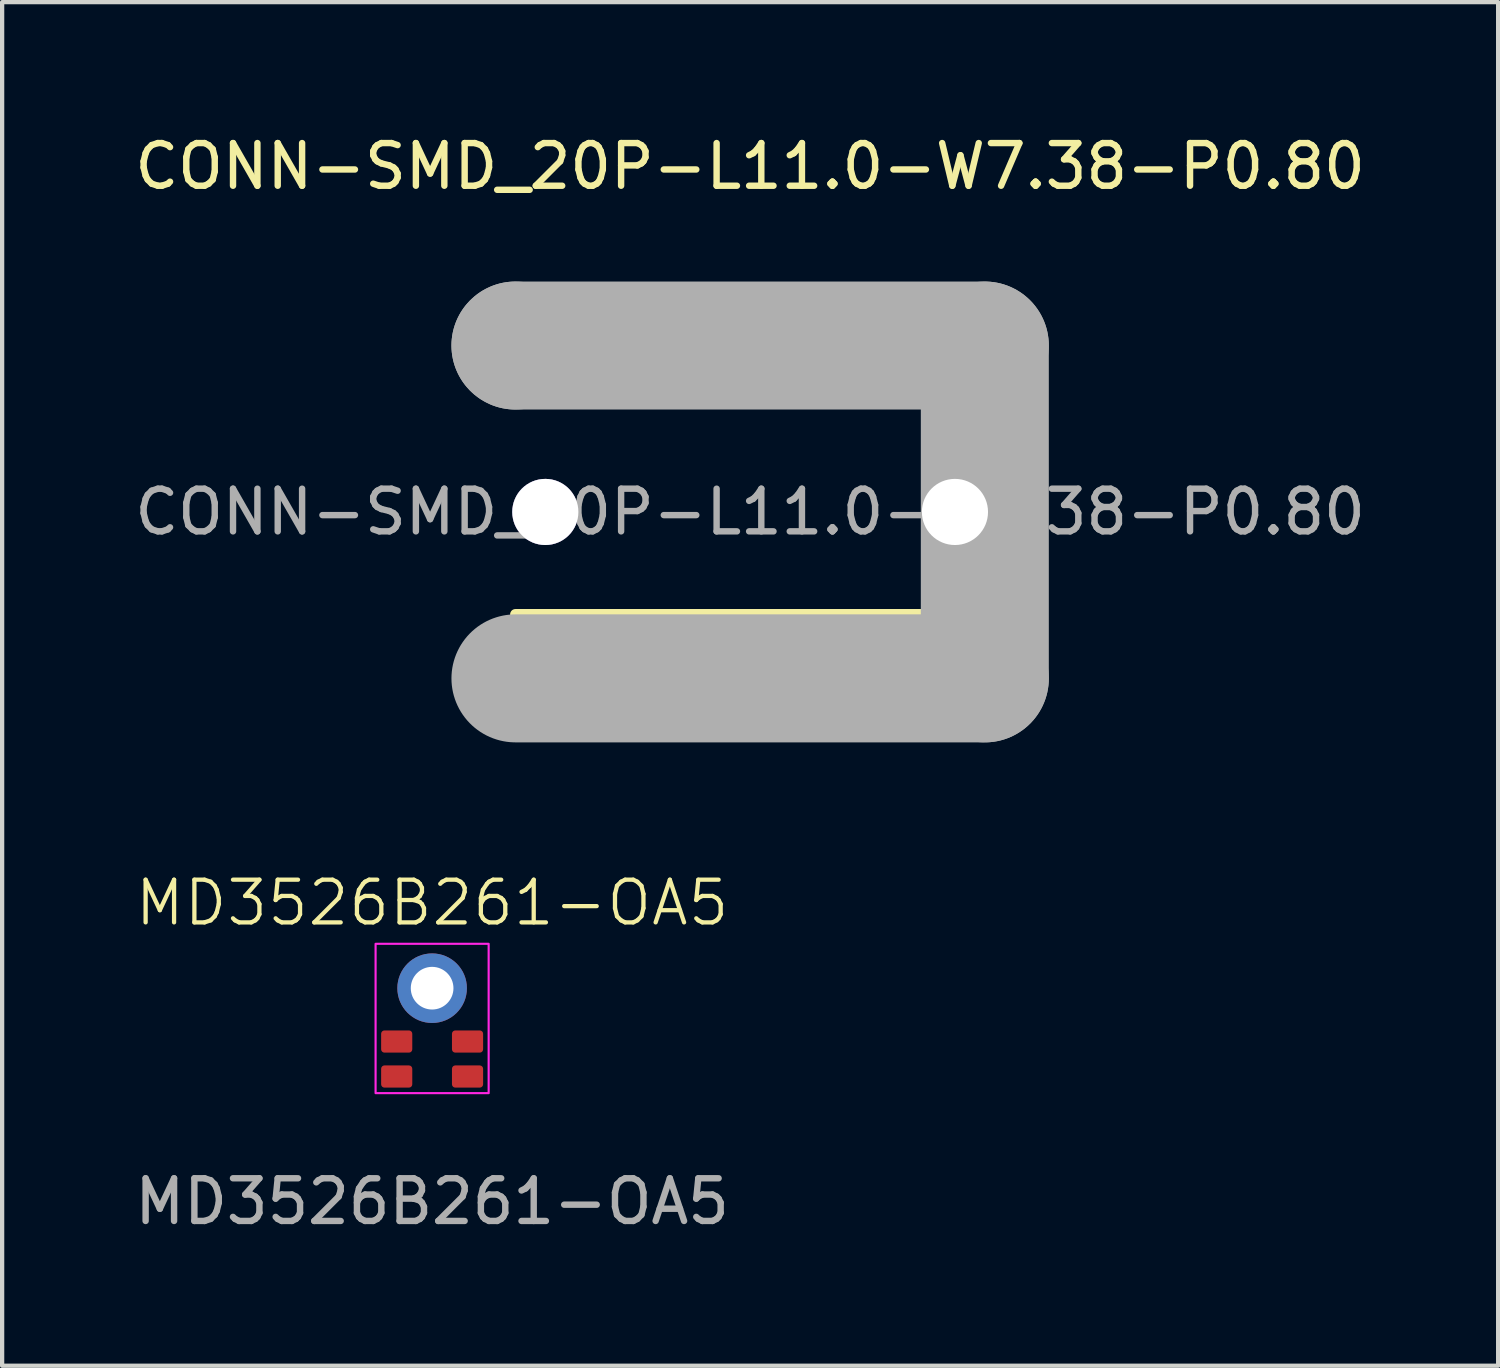
<source format=kicad_pcb>
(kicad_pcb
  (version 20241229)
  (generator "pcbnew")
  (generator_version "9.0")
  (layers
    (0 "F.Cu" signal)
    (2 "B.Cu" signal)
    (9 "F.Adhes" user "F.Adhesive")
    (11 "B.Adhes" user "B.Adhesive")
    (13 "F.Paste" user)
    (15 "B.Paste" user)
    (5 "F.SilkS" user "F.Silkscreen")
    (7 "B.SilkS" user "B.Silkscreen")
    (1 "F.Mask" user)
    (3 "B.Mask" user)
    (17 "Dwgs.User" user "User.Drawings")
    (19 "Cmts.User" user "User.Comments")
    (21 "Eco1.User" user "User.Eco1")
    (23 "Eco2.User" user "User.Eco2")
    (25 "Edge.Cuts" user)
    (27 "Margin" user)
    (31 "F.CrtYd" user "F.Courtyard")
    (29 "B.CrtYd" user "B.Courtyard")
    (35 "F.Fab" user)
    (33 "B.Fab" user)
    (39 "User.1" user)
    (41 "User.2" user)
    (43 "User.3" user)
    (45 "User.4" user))
  (footprint "CONN-SMD_20P-L11.0-W7.38-P0.80"
    (layer "F.Cu")
    (at 14.53 8.948)
    (property "Reference" "CONN-SMD_20P-L11.0-W7.38-P0.80" (at 0 -8.1 0) (layer "F.SilkS") (effects (font (size 1 1) (thickness 0.15))))
    (attr smd)
    (fp_line (start -5.5 2.4) (end 5.5 2.4) (stroke (width 0.25) (type solid)) (layer "F.SilkS"))
    (fp_line (start -5.5 2.9) (end -5.5 3.1) (stroke (width 0.25) (type solid)) (layer "F.SilkS"))
    (fp_line (start -5.5 3.1) (end -4.7 3.9) (stroke (width 0.25) (type solid)) (layer "F.SilkS"))
    (fp_line (start 5.5 3.1) (end 4.7 3.9) (stroke (width 0.25) (type solid)) (layer "F.SilkS"))
    (fp_line (start -5.5 -3.9) (end -5.5 -3.9) (stroke (width 3) (type solid)) (layer "F.Fab"))
    (fp_line (start -5.5 -3.9) (end 5.5 -3.9) (stroke (width 3) (type solid)) (layer "F.Fab"))
    (fp_line (start 5.5 -3.9) (end 5.5 3.9) (stroke (width 3) (type solid)) (layer "F.Fab"))
    (fp_line (start 5.5 3.9) (end -5.5 3.9) (stroke (width 3) (type solid)) (layer "F.Fab"))
    (fp_text user "${REFERENCE}" (at 0 0 0) (layer "F.Fab") (effects (font (size 1 1) (thickness 0.15))))
    (pad "" thru_hole circle (at -4.8 0) (size 1.55 1.55) (drill 1.55) (layers "*.Cu" "*.Mask"))
    (pad "" thru_hole circle (at 4.8 0) (size 1.55 1.55) (drill 1.55) (layers "*.Cu" "*.Mask"))
    (pad "1" smd rect (at -3.4 4.1) (size 0.5 2) (layers "F.Cu" "F.Mask" "F.Paste"))
    (pad "2" smd rect (at -2.6 4.1) (size 0.5 2) (layers "F.Cu" "F.Mask" "F.Paste"))
    (pad "3" smd rect (at -1.8 4.1) (size 0.5 2) (layers "F.Cu" "F.Mask" "F.Paste"))
    (pad "4" smd rect (at -1 4.1) (size 0.5 2) (layers "F.Cu" "F.Mask" "F.Paste"))
    (pad "5" smd rect (at -0.2 4.1) (size 0.5 2) (layers "F.Cu" "F.Mask" "F.Paste"))
    (pad "6" smd rect (at 0.6 4.1) (size 0.5 2) (layers "F.Cu" "F.Mask" "F.Paste"))
    (pad "7" smd rect (at 1.4 4.1) (size 0.5 2) (layers "F.Cu" "F.Mask" "F.Paste"))
    (pad "8" smd rect (at 2.2 4.1) (size 0.5 2) (layers "F.Cu" "F.Mask" "F.Paste"))
    (pad "9" smd rect (at 3 4.1) (size 0.5 2) (layers "F.Cu" "F.Mask" "F.Paste"))
    (pad "10" smd rect (at 3.8 4.1) (size 0.5 2) (layers "F.Cu" "F.Mask" "F.Paste"))
    (pad "11" smd rect (at 3.4 -4.1) (size 0.5 2) (layers "F.Cu" "F.Mask" "F.Paste"))
    (pad "12" smd rect (at 2.6 -4.1) (size 0.5 2) (layers "F.Cu" "F.Mask" "F.Paste"))
    (pad "13" smd rect (at 1.8 -4.1) (size 0.5 2) (layers "F.Cu" "F.Mask" "F.Paste"))
    (pad "14" smd rect (at 1 -4.1) (size 0.5 2) (layers "F.Cu" "F.Mask" "F.Paste"))
    (pad "15" smd rect (at 0.2 -4.1) (size 0.5 2) (layers "F.Cu" "F.Mask" "F.Paste"))
    (pad "16" smd rect (at -0.6 -4.1) (size 0.5 2) (layers "F.Cu" "F.Mask" "F.Paste"))
    (pad "17" smd rect (at -1.4 -4.1) (size 0.5 2) (layers "F.Cu" "F.Mask" "F.Paste"))
    (pad "18" smd rect (at -2.2 -4.1) (size 0.5 2) (layers "F.Cu" "F.Mask" "F.Paste"))
    (pad "19" smd rect (at -3 -4.1) (size 0.5 2) (layers "F.Cu" "F.Mask" "F.Paste"))
    (pad "20" smd rect (at -3.8 -4.1) (size 0.5 2) (layers "F.Cu" "F.Mask" "F.Paste")))
  (footprint "MD3526B261-OA5"
    (layer "F.Cu")
    (at 7.077 20.109)
    (property "Reference" "MD3526B261-OA5" (at 0 -2 0) (unlocked yes) (layer "F.SilkS") (effects (font (size 1 1) (thickness 0.1))))
    (attr smd)
    (fp_rect (start -1.325 -1.04) (end 1.325 2.46) (stroke (width 0.05) (type solid)) (fill no) (layer "F.CrtYd"))
    (fp_text user "${REFERENCE}" (at 0 5 0) (unlocked yes) (layer "F.Fab") (effects (font (size 1 1) (thickness 0.15))))
    (pad "1" smd roundrect (at 0.83 2.07) (size 0.73 0.52) (layers "F.Cu" "F.Mask" "F.Paste") (roundrect_rratio 0.15))
    (pad "2" smd roundrect (at 0.83 1.25) (size 0.73 0.52) (layers "F.Cu" "F.Mask" "F.Paste") (roundrect_rratio 0.15))
    (pad "3" smd roundrect (at -0.83 1.25) (size 0.73 0.52) (layers "F.Cu" "F.Mask" "F.Paste") (roundrect_rratio 0.15))
    (pad "4" smd roundrect (at -0.83 2.07) (size 0.73 0.52) (layers "F.Cu" "F.Mask" "F.Paste") (roundrect_rratio 0.15))
    (pad "5" thru_hole circle (at 0 0) (size 1.63 1.63) (drill 1) (layers "*.Cu" "F.Mask" "F.Paste")))
  (gr_rect
    (start -3 -3)
    (end 32.06 28.957)
    (stroke (width 0.1) (type default))
    (fill no)
    (layer "Edge.Cuts")))
</source>
